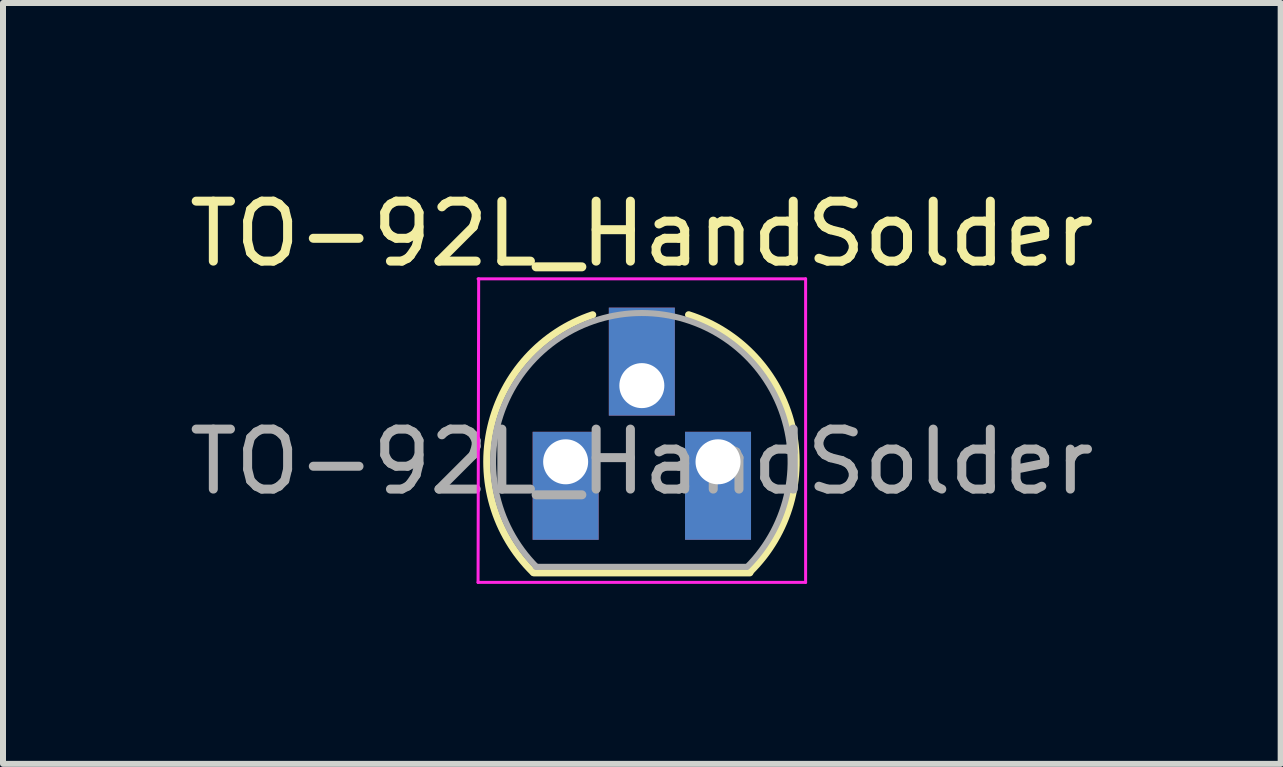
<source format=kicad_pcb>
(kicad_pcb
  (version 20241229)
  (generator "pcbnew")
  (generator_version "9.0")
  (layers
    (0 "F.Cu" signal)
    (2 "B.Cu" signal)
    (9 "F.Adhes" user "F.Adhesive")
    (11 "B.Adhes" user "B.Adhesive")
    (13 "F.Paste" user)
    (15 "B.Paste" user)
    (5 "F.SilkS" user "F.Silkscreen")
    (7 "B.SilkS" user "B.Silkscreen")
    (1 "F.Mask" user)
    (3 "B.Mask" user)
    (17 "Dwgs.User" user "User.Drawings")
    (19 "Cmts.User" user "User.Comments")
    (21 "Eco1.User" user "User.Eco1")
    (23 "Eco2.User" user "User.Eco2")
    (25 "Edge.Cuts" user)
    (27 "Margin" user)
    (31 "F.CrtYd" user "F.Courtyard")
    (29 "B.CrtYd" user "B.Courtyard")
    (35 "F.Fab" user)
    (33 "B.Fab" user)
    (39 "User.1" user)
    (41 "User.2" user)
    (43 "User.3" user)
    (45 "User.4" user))
  (footprint "TO-92L_HandSolder"
    (layer "F.Cu")
    (at 6.379 4.648)
    (property "Reference" "TO-92L_HandSolder" (at 1.27 -3.8 0) (layer "F.SilkS") (effects (font (size 1 1) (thickness 0.15))))
    (attr through_hole)
    (fp_line (start -0.53 1.85) (end 3.07 1.85) (stroke (width 0.12) (type solid)) (layer "F.SilkS"))
    (fp_arc (start -0.541453 1.842156) (mid -1.247298 -0.581475) (end 0.45 -2.45) (stroke (width 0.12) (type solid)) (layer "F.SilkS"))
    (fp_arc (start 2.05 -2.45) (mid 3.769931 -0.601036) (end 3.078445 1.827684) (stroke (width 0.12) (type solid)) (layer "F.SilkS"))
    (fp_line (start -1.46 -3.05) (end 4 -3.05) (stroke (width 0.05) (type solid)) (layer "F.CrtYd"))
    (fp_line (start -1.45 -3.05) (end -1.46 2.01) (stroke (width 0.05) (type solid)) (layer "F.CrtYd"))
    (fp_line (start 4 2.01) (end -1.46 2.01) (stroke (width 0.05) (type solid)) (layer "F.CrtYd"))
    (fp_line (start 4 2.01) (end 4 -3.05) (stroke (width 0.05) (type solid)) (layer "F.CrtYd"))
    (fp_line (start -0.5 1.75) (end 3 1.75) (stroke (width 0.1) (type solid)) (layer "F.Fab"))
    (fp_arc (start -0.483625 1.753625) (mid -1.021221 -0.949055) (end 1.27 -2.48) (stroke (width 0.1) (type solid)) (layer "F.Fab"))
    (fp_arc (start 1.27 -2.48) (mid 3.561221 -0.949055) (end 3.023625 1.753625) (stroke (width 0.1) (type solid)) (layer "F.Fab"))
    (fp_text user "${REFERENCE}" (at 1.27 0 0) (layer "F.Fab") (effects (font (size 1 1) (thickness 0.15))))
    (pad "1" thru_hole rect (at 0 0) (size 1.1 1.8) (drill 0.75 (offset 0 0.4)) (layers "*.Cu" "*.Mask"))
    (pad "2" thru_hole rect (at 1.27 -1.27) (size 1.1 1.8) (drill 0.75 (offset 0 -0.4)) (layers "*.Cu" "*.Mask"))
    (pad "3" thru_hole rect (at 2.54 0) (size 1.1 1.8) (drill 0.75 (offset 0 0.4)) (layers "*.Cu" "*.Mask")))
  (gr_rect
    (start -3 -3)
    (end 18.298 9.683)
    (stroke (width 0.1) (type default))
    (fill no)
    (layer "Edge.Cuts")))
</source>
